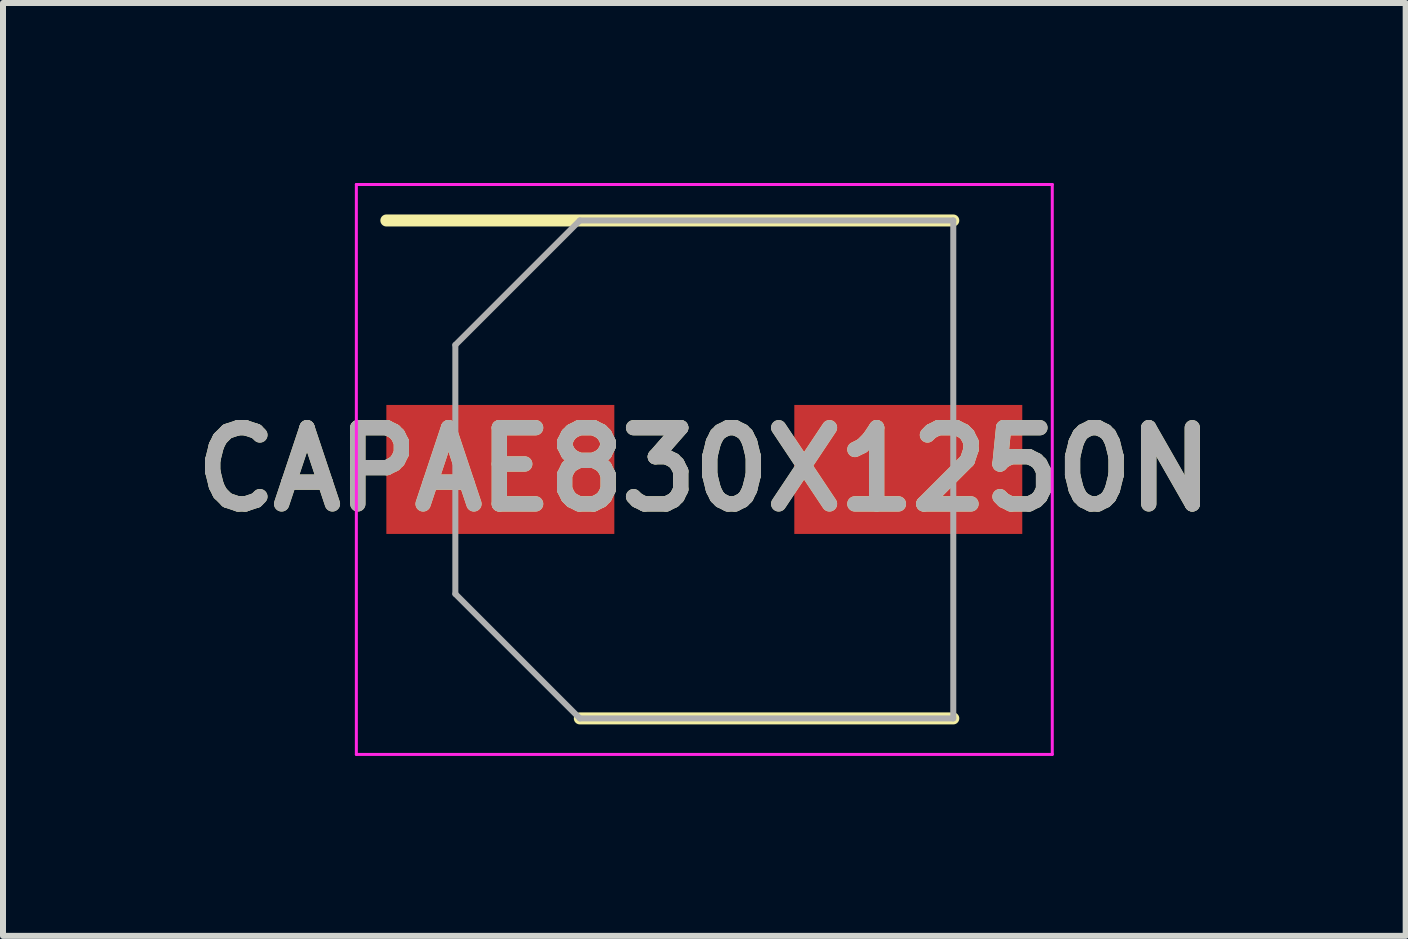
<source format=kicad_pcb>
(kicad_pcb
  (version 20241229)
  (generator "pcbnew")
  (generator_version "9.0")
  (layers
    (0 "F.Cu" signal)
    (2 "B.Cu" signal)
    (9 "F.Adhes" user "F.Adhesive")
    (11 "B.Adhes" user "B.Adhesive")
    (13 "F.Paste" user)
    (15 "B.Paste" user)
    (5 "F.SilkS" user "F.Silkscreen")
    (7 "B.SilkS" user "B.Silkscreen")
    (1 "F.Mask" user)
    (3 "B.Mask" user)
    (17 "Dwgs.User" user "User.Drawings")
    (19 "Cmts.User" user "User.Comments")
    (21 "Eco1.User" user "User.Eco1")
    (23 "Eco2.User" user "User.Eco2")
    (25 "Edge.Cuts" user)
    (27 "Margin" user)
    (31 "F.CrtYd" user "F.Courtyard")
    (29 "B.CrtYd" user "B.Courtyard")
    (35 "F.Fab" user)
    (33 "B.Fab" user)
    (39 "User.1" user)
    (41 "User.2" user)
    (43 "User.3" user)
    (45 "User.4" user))
  (footprint "CAPAE830X1250N"
    (layer "F.Cu")
    (at 8.69 4.775)
    (property "Reference" "CAPAE830X1250N" (at 0 0 0) (layer "F.SilkS") (effects (font (size 1.27 1.27) (thickness 0.254))))
    (attr smd)
    (fp_line (start -5.3 -4.15) (end 4.15 -4.15) (stroke (width 0.2) (type solid)) (layer "F.SilkS"))
    (fp_line (start -2.075 4.15) (end 4.15 4.15) (stroke (width 0.2) (type solid)) (layer "F.SilkS"))
    (fp_line (start -5.8 -4.75) (end 5.8 -4.75) (stroke (width 0.05) (type solid)) (layer "F.CrtYd"))
    (fp_line (start -5.8 4.75) (end -5.8 -4.75) (stroke (width 0.05) (type solid)) (layer "F.CrtYd"))
    (fp_line (start 5.8 -4.75) (end 5.8 4.75) (stroke (width 0.05) (type solid)) (layer "F.CrtYd"))
    (fp_line (start 5.8 4.75) (end -5.8 4.75) (stroke (width 0.05) (type solid)) (layer "F.CrtYd"))
    (fp_line (start -4.15 -2.075) (end -4.15 2.075) (stroke (width 0.1) (type solid)) (layer "F.Fab"))
    (fp_line (start -4.15 2.075) (end -2.075 4.15) (stroke (width 0.1) (type solid)) (layer "F.Fab"))
    (fp_line (start -2.075 -4.15) (end -4.15 -2.075) (stroke (width 0.1) (type solid)) (layer "F.Fab"))
    (fp_line (start -2.075 4.15) (end 4.15 4.15) (stroke (width 0.1) (type solid)) (layer "F.Fab"))
    (fp_line (start 4.15 -4.15) (end -2.075 -4.15) (stroke (width 0.1) (type solid)) (layer "F.Fab"))
    (fp_line (start 4.15 4.15) (end 4.15 -4.15) (stroke (width 0.1) (type solid)) (layer "F.Fab"))
    (fp_text user "${REFERENCE}" (at 0 0 0) (layer "F.Fab") (effects (font (size 1.27 1.27) (thickness 0.254))))
    (pad "1" smd rect (at -3.4 0 90) (size 2.15 3.8) (layers "F.Cu" "F.Mask" "F.Paste"))
    (pad "2" smd rect (at 3.4 0 90) (size 2.15 3.8) (layers "F.Cu" "F.Mask" "F.Paste")))
  (gr_rect
    (start -3 -3)
    (end 20.381 12.55)
    (stroke (width 0.1) (type default))
    (fill no)
    (layer "Edge.Cuts")))
</source>
